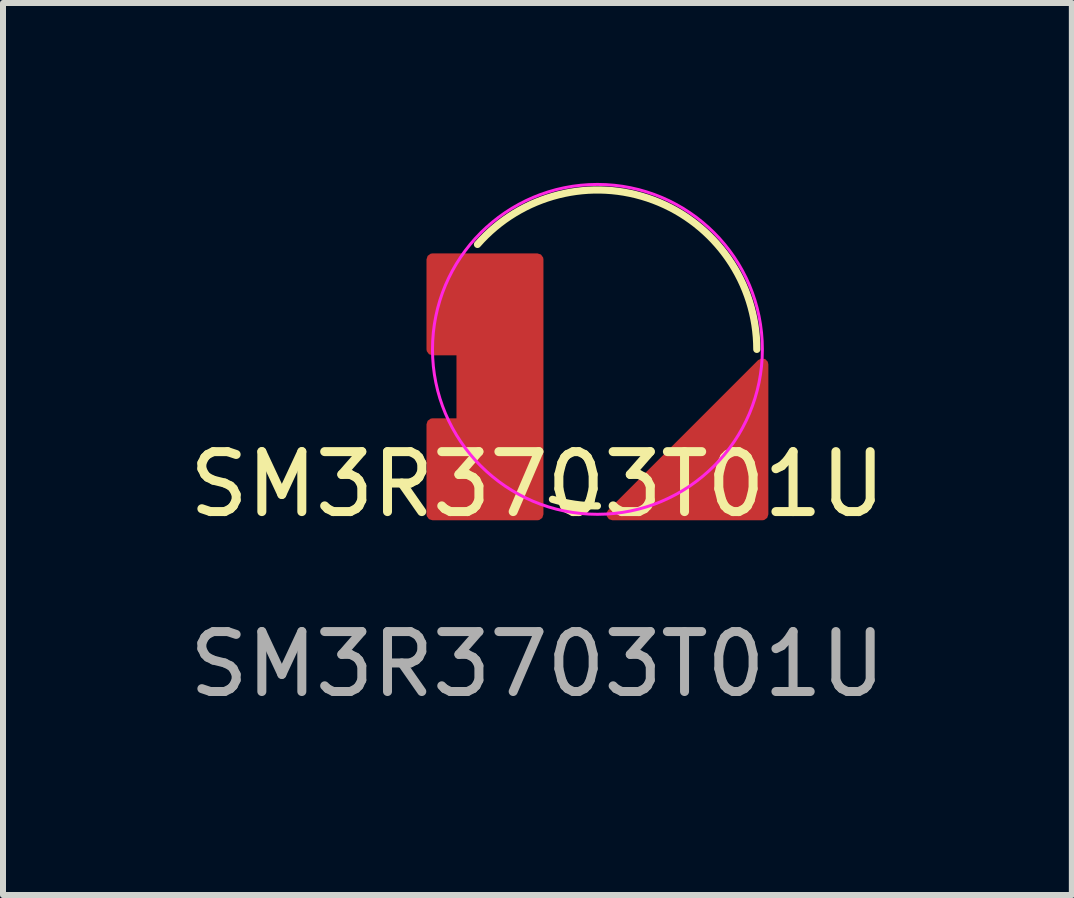
<source format=kicad_pcb>
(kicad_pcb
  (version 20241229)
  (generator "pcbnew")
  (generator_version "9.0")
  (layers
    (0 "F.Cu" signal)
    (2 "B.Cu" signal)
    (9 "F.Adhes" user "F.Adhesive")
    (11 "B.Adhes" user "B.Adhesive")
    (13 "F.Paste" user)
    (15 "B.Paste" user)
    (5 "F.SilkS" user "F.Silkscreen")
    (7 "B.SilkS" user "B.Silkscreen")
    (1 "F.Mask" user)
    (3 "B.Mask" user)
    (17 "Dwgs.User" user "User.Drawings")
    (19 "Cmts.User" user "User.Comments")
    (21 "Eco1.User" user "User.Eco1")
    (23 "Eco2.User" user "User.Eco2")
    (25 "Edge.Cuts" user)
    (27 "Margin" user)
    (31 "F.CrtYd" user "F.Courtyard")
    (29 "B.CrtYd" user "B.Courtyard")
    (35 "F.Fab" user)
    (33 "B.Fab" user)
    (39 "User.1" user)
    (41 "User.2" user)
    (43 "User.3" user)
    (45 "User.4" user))
  (footprint "SM3R3703T01U"
    (layer "F.Cu")
    (at 5.911 5.525)
    (property "Reference" "SM3R3703T01U" (at 0 -0.5 0) (unlocked yes) (layer "F.SilkS") (effects (font (size 1 1) (thickness 0.15))))
    (attr smd)
    (fp_poly (pts (xy 1.25 0) (xy 3.75 -2.5) (xy 3.75 0)) (stroke (width 0.2) (type solid)) (fill yes) (layer "F.Mask"))
    (fp_poly (pts (xy -1.75 -2.75) (xy -1.25 -2.75) (xy -1.25 -1.5) (xy -1.75 -1.5) (xy -1.75 0) (xy 0 0) (xy 0 -4.25) (xy -1.75 -4.25)) (stroke (width 0.2) (type solid)) (fill yes) (layer "F.Mask"))
    (fp_arc (start -1 -4.5) (mid 1.934726 -5.237727) (end 3.657536 -2.75) (stroke (width 0.12) (type default)) (layer "F.SilkS"))
    (fp_arc (start 1 -0.139924) (mid 0.620983 -0.16759) (end 0.25 -0.250001) (stroke (width 0.12) (type default)) (layer "F.SilkS"))
    (fp_poly (pts (xy 1.25 0) (xy 3.75 -2.5) (xy 3.75 0)) (stroke (width 0.2) (type solid)) (fill yes) (layer "F.Paste"))
    (fp_poly (pts (xy -1.75 -2.75) (xy -1.25 -2.75) (xy -1.25 -1.5) (xy -1.75 -1.5) (xy -1.75 0) (xy 0 0) (xy 0 -4.25) (xy -1.75 -4.25)) (stroke (width 0.2) (type solid)) (fill yes) (layer "F.Paste"))
    (fp_circle (center 1 -2.75) (end 3.75 -2.75) (stroke (width 0.05) (type default)) (fill no) (layer "F.CrtYd"))
    (fp_text user "${REFERENCE}" (at 0 2.5 0) (unlocked yes) (layer "F.Fab") (effects (font (size 1 1) (thickness 0.15))))
    (pad "1" smd custom (at 3 -0.75 90) (size 1 1) (layers "F.Cu" "F.Mask" "F.Paste") (options (anchor circle)) (primitives (gr_poly (pts (xy -0.5 -0.25) (xy -0.481 -0.346) (xy -0.427 -0.427) (xy -0.346 -0.481) (xy -0.25 -0.5) (xy 0.25 -0.5) (xy 0.346 -0.481) (xy 0.427 -0.427) (xy 0.481 -0.346) (xy 0.5 -0.25) (xy 0.5 0.25) (xy 0.481 0.346) (xy 0.427 0.427) (xy 0.346 0.481) (xy 0.25 0.5) (xy -0.25 0.5) (xy -0.346 0.481) (xy -0.427 0.427) (xy -0.481 0.346) (xy -0.5 0.25)) (width 0) (fill yes)) (gr_poly (pts (xy 1.75 0.75) (xy -0.75 0.75) (xy -0.75 -1.75)) (width 0.2) (fill yes))))
    (pad "2" smd custom (at -0.5 -2.25 90) (size 1 1) (layers "F.Cu" "F.Mask" "F.Paste") (options (anchor circle)) (primitives (gr_poly (pts (xy -0.5 -0.25) (xy -0.481 -0.346) (xy -0.427 -0.427) (xy -0.346 -0.481) (xy -0.25 -0.5) (xy 0.25 -0.5) (xy 0.346 -0.481) (xy 0.427 -0.427) (xy 0.481 -0.346) (xy 0.5 -0.25) (xy 0.5 0.25) (xy 0.481 0.346) (xy 0.427 0.427) (xy 0.346 0.481) (xy 0.25 0.5) (xy -0.25 0.5) (xy -0.346 0.481) (xy -0.427 0.427) (xy -0.481 0.346) (xy -0.5 0.25)) (width 0) (fill yes)) (gr_poly (pts (xy 2 -1.25) (xy 2 0.5) (xy -2.25 0.5) (xy -2.25 -1.25) (xy -0.75 -1.25) (xy -0.75 -0.75) (xy 0.5 -0.75) (xy 0.5 -1.25)) (width 0.2) (fill yes)))))
  (gr_rect
    (start -3 -3)
    (end 14.821 11.873)
    (stroke (width 0.1) (type default))
    (fill no)
    (layer "Edge.Cuts")))
</source>
